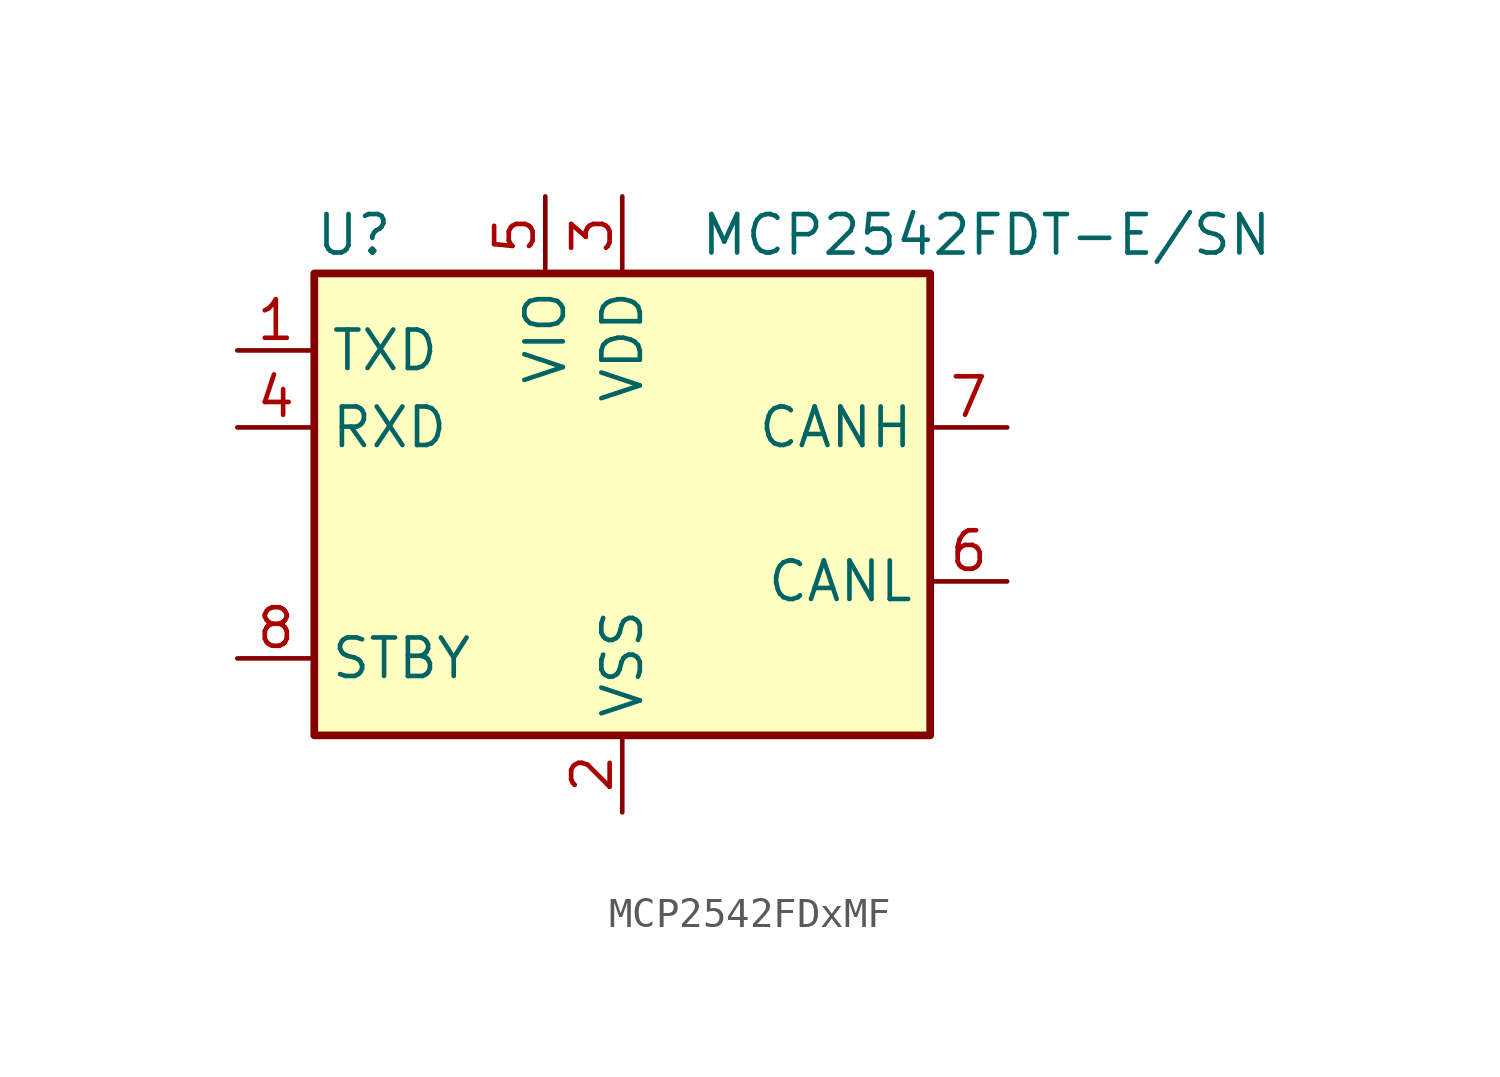
<source format=kicad_sym>
(kicad_symbol_lib
  (version 20220914)
  (generator kicad_symbol_editor)
  (symbol "MCP2542FDxMF"
    (property "Reference" "U"
      (at -10.16 8.89 0)
      (effects (font (size 1.27 1.27)) (justify left)))
    (property "Value" "MCP2542FDT-E/SN"
      (at 2.54 8.89 0)
      (effects (font (size 1.27 1.27)) (justify left)))
    (symbol "MCP2542FDxMF_0_1"
      (rectangle (start -10.16 7.62) (end 10.16 -7.62) (stroke (width 0.254) (type default)) (fill (type background))))
    (symbol "MCP2542FDxMF_1_1"
      (pin input line (at -12.7 5.08 0) (length 2.54) (name "TXD" (effects (font (size 1.27 1.27)))) (number "1" (effects (font (size 1.27 1.27)))))
      (pin power_in line (at 0 -10.16 90) (length 2.54) (name "VSS" (effects (font (size 1.27 1.27)))) (number "2" (effects (font (size 1.27 1.27)))))
      (pin power_in line (at 0 10.16 270) (length 2.54) (name "VDD" (effects (font (size 1.27 1.27)))) (number "3" (effects (font (size 1.27 1.27)))))
      (pin output line (at -12.7 2.54 0) (length 2.54) (name "RXD" (effects (font (size 1.27 1.27)))) (number "4" (effects (font (size 1.27 1.27)))))
      (pin power_in line (at -2.54 10.16 270) (length 2.54) (name "VIO" (effects (font (size 1.27 1.27)))) (number "5" (effects (font (size 1.27 1.27)))))
      (pin bidirectional line (at 12.7 -2.54 180) (length 2.54) (name "CANL" (effects (font (size 1.27 1.27)))) (number "6" (effects (font (size 1.27 1.27)))))
      (pin bidirectional line (at 12.7 2.54 180) (length 2.54) (name "CANH" (effects (font (size 1.27 1.27)))) (number "7" (effects (font (size 1.27 1.27)))))
      (pin input line (at -12.7 -5.08 0) (length 2.54) (name "STBY" (effects (font (size 1.27 1.27)))) (number "8" (effects (font (size 1.27 1.27)))))
      (pin passive line (at 0 -10.16 90) (length 2.54) hide (name "VSS" (effects (font (size 1.27 1.27)))) (number "9" (effects (font (size 1.27 1.27))))))))
</source>
